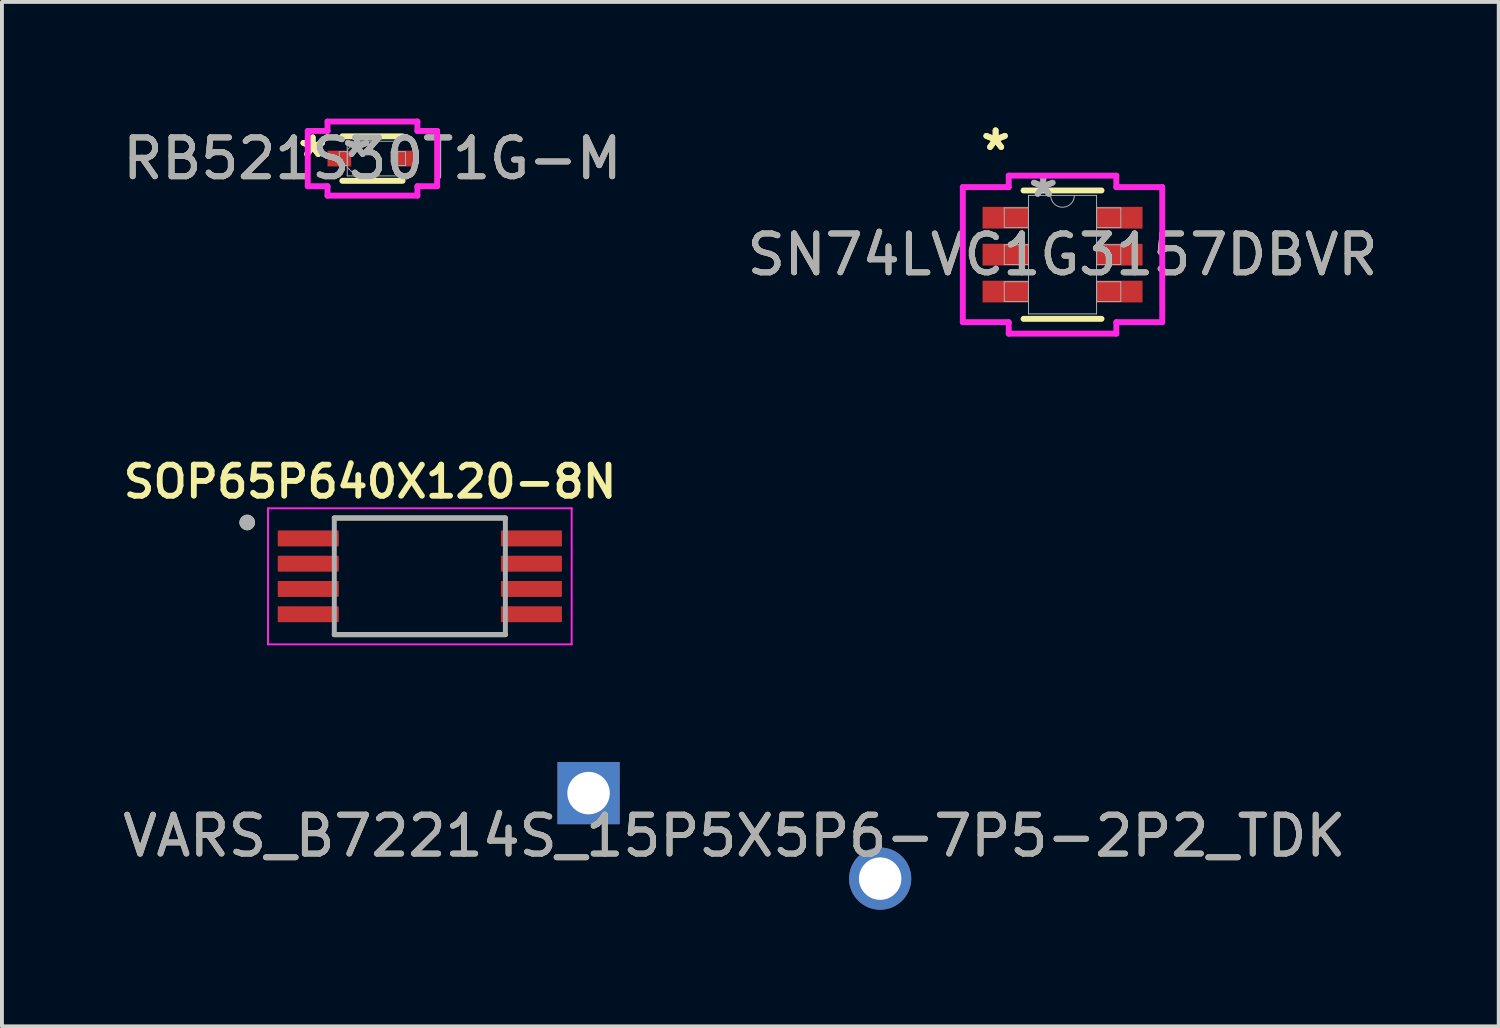
<source format=kicad_pcb>
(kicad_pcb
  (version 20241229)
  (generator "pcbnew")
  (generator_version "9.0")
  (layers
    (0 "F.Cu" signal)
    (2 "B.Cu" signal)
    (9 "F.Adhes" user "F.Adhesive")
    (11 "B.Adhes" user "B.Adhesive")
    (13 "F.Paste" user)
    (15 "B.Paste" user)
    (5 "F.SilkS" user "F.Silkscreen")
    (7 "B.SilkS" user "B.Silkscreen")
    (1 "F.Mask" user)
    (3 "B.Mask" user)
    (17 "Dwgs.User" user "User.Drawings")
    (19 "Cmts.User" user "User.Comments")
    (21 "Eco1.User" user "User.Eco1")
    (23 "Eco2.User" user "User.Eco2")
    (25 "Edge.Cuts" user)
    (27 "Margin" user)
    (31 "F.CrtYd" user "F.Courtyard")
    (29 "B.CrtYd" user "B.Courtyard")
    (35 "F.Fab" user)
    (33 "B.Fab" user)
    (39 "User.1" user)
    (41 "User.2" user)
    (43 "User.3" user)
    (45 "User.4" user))
  (footprint "VARS_B72214S_15P5X5P6-7P5-2P2_TDK"
    (layer "F.Cu")
    (at 15.839 18.45)
    (property "Reference" "VARS_B72214S_15P5X5P6-7P5-2P2_TDK" (at 0 0 0) (unlocked yes) (layer "F.SilkS") (effects (font (size 1 1) (thickness 0.15))))
    (attr through_hole)
    (fp_text user "${REFERENCE}" (at 0 0 0) (unlocked yes) (layer "F.Fab") (effects (font (size 1 1) (thickness 0.15))))
    (pad "1" thru_hole rect (at -3.75 -1.1) (size 1.6 1.6) (drill 1.092) (layers "*.Cu" "*.Mask"))
    (pad "2" thru_hole circle (at 3.75 1.1) (size 1.6 1.6) (drill 1.092) (layers "*.Cu" "*.Mask")))
  (footprint "RB521S30T1G-M"
    (layer "F.Cu")
    (at 6.53 1.029)
    (property "Reference" "RB521S30T1G-M" (at 0 0 0) (unlocked yes) (layer "F.SilkS") (effects (font (size 1 1) (thickness 0.15))))
    (attr smd)
    (fp_line (start -0.775 0.572) (end 0.775 0.572) (stroke (width 0.152) (type solid)) (layer "F.SilkS"))
    (fp_line (start 0.775 -0.572) (end -0.775 -0.572) (stroke (width 0.152) (type solid)) (layer "F.SilkS"))
    (fp_line (start -1.664 -0.711) (end -1.156 -0.711) (stroke (width 0.152) (type solid)) (layer "F.CrtYd"))
    (fp_line (start -1.664 0.711) (end -1.664 -0.711) (stroke (width 0.152) (type solid)) (layer "F.CrtYd"))
    (fp_line (start -1.156 -0.953) (end 1.156 -0.953) (stroke (width 0.152) (type solid)) (layer "F.CrtYd"))
    (fp_line (start -1.156 -0.711) (end -1.156 -0.953) (stroke (width 0.152) (type solid)) (layer "F.CrtYd"))
    (fp_line (start -1.156 0.711) (end -1.664 0.711) (stroke (width 0.152) (type solid)) (layer "F.CrtYd"))
    (fp_line (start -1.156 0.953) (end -1.156 0.711) (stroke (width 0.152) (type solid)) (layer "F.CrtYd"))
    (fp_line (start 1.156 -0.953) (end 1.156 -0.711) (stroke (width 0.152) (type solid)) (layer "F.CrtYd"))
    (fp_line (start 1.156 -0.711) (end 1.664 -0.711) (stroke (width 0.152) (type solid)) (layer "F.CrtYd"))
    (fp_line (start 1.156 0.711) (end 1.156 0.953) (stroke (width 0.152) (type solid)) (layer "F.CrtYd"))
    (fp_line (start 1.156 0.953) (end -1.156 0.953) (stroke (width 0.152) (type solid)) (layer "F.CrtYd"))
    (fp_line (start 1.664 -0.711) (end 1.664 0.711) (stroke (width 0.152) (type solid)) (layer "F.CrtYd"))
    (fp_line (start 1.664 0.711) (end 1.156 0.711) (stroke (width 0.152) (type solid)) (layer "F.CrtYd"))
    (fp_line (start -0.851 -0.178) (end -0.851 0.178) (stroke (width 0.025) (type solid)) (layer "F.Fab"))
    (fp_line (start -0.851 0.178) (end -0.648 0.178) (stroke (width 0.025) (type solid)) (layer "F.Fab"))
    (fp_line (start -0.648 -0.445) (end -0.648 0.445) (stroke (width 0.025) (type solid)) (layer "F.Fab"))
    (fp_line (start -0.648 -0.222) (end -0.425 -0.445) (stroke (width 0.025) (type solid)) (layer "F.Fab"))
    (fp_line (start -0.648 -0.178) (end -0.851 -0.178) (stroke (width 0.025) (type solid)) (layer "F.Fab"))
    (fp_line (start -0.648 0.178) (end -0.648 -0.178) (stroke (width 0.025) (type solid)) (layer "F.Fab"))
    (fp_line (start -0.648 0.222) (end -0.425 0.445) (stroke (width 0.025) (type solid)) (layer "F.Fab"))
    (fp_line (start -0.648 0.445) (end 0.648 0.445) (stroke (width 0.025) (type solid)) (layer "F.Fab"))
    (fp_line (start 0.648 -0.445) (end -0.648 -0.445) (stroke (width 0.025) (type solid)) (layer "F.Fab"))
    (fp_line (start 0.648 -0.178) (end 0.648 0.178) (stroke (width 0.025) (type solid)) (layer "F.Fab"))
    (fp_line (start 0.648 0.178) (end 0.851 0.178) (stroke (width 0.025) (type solid)) (layer "F.Fab"))
    (fp_line (start 0.648 0.445) (end 0.648 -0.445) (stroke (width 0.025) (type solid)) (layer "F.Fab"))
    (fp_line (start 0.851 -0.178) (end 0.648 -0.178) (stroke (width 0.025) (type solid)) (layer "F.Fab"))
    (fp_line (start 0.851 0.178) (end 0.851 -0.178) (stroke (width 0.025) (type solid)) (layer "F.Fab"))
    (fp_text user "*" (at -1.537 0 0) (unlocked yes) (layer "F.SilkS") (effects (font (size 1 1) (thickness 0.15))))
    (fp_text user "*" (at -1.537 0 0) (layer "F.SilkS") (effects (font (size 1 1) (thickness 0.15))))
    (fp_text user "${REFERENCE}" (at 0 0 0) (unlocked yes) (layer "F.Fab") (effects (font (size 1 1) (thickness 0.15))))
    (fp_text user "*" (at -0.394 0 0) (unlocked yes) (layer "F.Fab") (effects (font (size 1 1) (thickness 0.15))))
    (fp_text user "*" (at -0.394 0 0) (layer "F.Fab") (effects (font (size 1 1) (thickness 0.15))))
    (pad "1" smd rect (at -0.851 0) (size 0.61 0.406) (layers "F.Cu" "F.Mask" "F.Paste"))
    (pad "2" smd rect (at 0.851 0) (size 0.61 0.406) (layers "F.Cu" "F.Mask" "F.Paste"))
    (zone (net_name "") (layer "F.Cu") (hatch full 0.508) (connect_pads) (min_thickness 0.254) (filled_areas_thickness no) (keepout (tracks not_allowed) (vias not_allowed) (pads allowed) (copperpour not_allowed) (footprints allowed)) (placement (enabled no)) (fill) (polygon (pts (xy 6.034 0.635) (xy 7.025 0.635) (xy 7.025 1.422) (xy 6.034 1.422)))))
  (footprint "SN74LVC1G3157DBVR"
    (layer "F.Cu")
    (at 24.28 3.5)
    (property "Reference" "SN74LVC1G3157DBVR" (at 0 0 0) (unlocked yes) (layer "F.SilkS") (effects (font (size 1 1) (thickness 0.15))))
    (attr smd)
    (fp_line (start -1.003 1.651) (end 1.003 1.651) (stroke (width 0.152) (type solid)) (layer "F.SilkS"))
    (fp_line (start 1.003 -1.651) (end -1.003 -1.651) (stroke (width 0.152) (type solid)) (layer "F.SilkS"))
    (fp_line (start -2.565 -1.737) (end -1.384 -1.737) (stroke (width 0.152) (type solid)) (layer "F.CrtYd"))
    (fp_line (start -2.565 1.737) (end -2.565 -1.737) (stroke (width 0.152) (type solid)) (layer "F.CrtYd"))
    (fp_line (start -2.565 1.737) (end -1.384 1.737) (stroke (width 0.152) (type solid)) (layer "F.CrtYd"))
    (fp_line (start -1.384 -2.032) (end 1.384 -2.032) (stroke (width 0.152) (type solid)) (layer "F.CrtYd"))
    (fp_line (start -1.384 -1.737) (end -1.384 -2.032) (stroke (width 0.152) (type solid)) (layer "F.CrtYd"))
    (fp_line (start -1.384 2.032) (end -1.384 1.737) (stroke (width 0.152) (type solid)) (layer "F.CrtYd"))
    (fp_line (start 1.384 -2.032) (end 1.384 -1.737) (stroke (width 0.152) (type solid)) (layer "F.CrtYd"))
    (fp_line (start 1.384 1.737) (end 1.384 2.032) (stroke (width 0.152) (type solid)) (layer "F.CrtYd"))
    (fp_line (start 1.384 2.032) (end -1.384 2.032) (stroke (width 0.152) (type solid)) (layer "F.CrtYd"))
    (fp_line (start 2.565 -1.737) (end 1.384 -1.737) (stroke (width 0.152) (type solid)) (layer "F.CrtYd"))
    (fp_line (start 2.565 -1.737) (end 2.565 1.737) (stroke (width 0.152) (type solid)) (layer "F.CrtYd"))
    (fp_line (start 2.565 1.737) (end 1.384 1.737) (stroke (width 0.152) (type solid)) (layer "F.CrtYd"))
    (fp_line (start -1.499 -1.204) (end -1.499 -0.696) (stroke (width 0.025) (type solid)) (layer "F.Fab"))
    (fp_line (start -1.499 -0.696) (end -0.876 -0.696) (stroke (width 0.025) (type solid)) (layer "F.Fab"))
    (fp_line (start -1.499 -0.254) (end -1.499 0.254) (stroke (width 0.025) (type solid)) (layer "F.Fab"))
    (fp_line (start -1.499 0.254) (end -0.876 0.254) (stroke (width 0.025) (type solid)) (layer "F.Fab"))
    (fp_line (start -1.499 0.696) (end -1.499 1.204) (stroke (width 0.025) (type solid)) (layer "F.Fab"))
    (fp_line (start -1.499 1.204) (end -0.876 1.204) (stroke (width 0.025) (type solid)) (layer "F.Fab"))
    (fp_line (start -0.876 -1.524) (end -0.876 1.524) (stroke (width 0.025) (type solid)) (layer "F.Fab"))
    (fp_line (start -0.876 -1.204) (end -1.499 -1.204) (stroke (width 0.025) (type solid)) (layer "F.Fab"))
    (fp_line (start -0.876 -0.696) (end -0.876 -1.204) (stroke (width 0.025) (type solid)) (layer "F.Fab"))
    (fp_line (start -0.876 -0.254) (end -1.499 -0.254) (stroke (width 0.025) (type solid)) (layer "F.Fab"))
    (fp_line (start -0.876 0.254) (end -0.876 -0.254) (stroke (width 0.025) (type solid)) (layer "F.Fab"))
    (fp_line (start -0.876 0.696) (end -1.499 0.696) (stroke (width 0.025) (type solid)) (layer "F.Fab"))
    (fp_line (start -0.876 1.204) (end -0.876 0.696) (stroke (width 0.025) (type solid)) (layer "F.Fab"))
    (fp_line (start -0.876 1.524) (end 0.876 1.524) (stroke (width 0.025) (type solid)) (layer "F.Fab"))
    (fp_line (start 0.876 -1.524) (end -0.876 -1.524) (stroke (width 0.025) (type solid)) (layer "F.Fab"))
    (fp_line (start 0.876 -1.204) (end 0.876 -0.696) (stroke (width 0.025) (type solid)) (layer "F.Fab"))
    (fp_line (start 0.876 -0.696) (end 1.499 -0.696) (stroke (width 0.025) (type solid)) (layer "F.Fab"))
    (fp_line (start 0.876 -0.254) (end 0.876 0.254) (stroke (width 0.025) (type solid)) (layer "F.Fab"))
    (fp_line (start 0.876 0.254) (end 1.499 0.254) (stroke (width 0.025) (type solid)) (layer "F.Fab"))
    (fp_line (start 0.876 0.696) (end 0.876 1.204) (stroke (width 0.025) (type solid)) (layer "F.Fab"))
    (fp_line (start 0.876 1.204) (end 1.499 1.204) (stroke (width 0.025) (type solid)) (layer "F.Fab"))
    (fp_line (start 0.876 1.524) (end 0.876 -1.524) (stroke (width 0.025) (type solid)) (layer "F.Fab"))
    (fp_line (start 1.499 -1.204) (end 0.876 -1.204) (stroke (width 0.025) (type solid)) (layer "F.Fab"))
    (fp_line (start 1.499 -0.696) (end 1.499 -1.204) (stroke (width 0.025) (type solid)) (layer "F.Fab"))
    (fp_line (start 1.499 -0.254) (end 0.876 -0.254) (stroke (width 0.025) (type solid)) (layer "F.Fab"))
    (fp_line (start 1.499 0.254) (end 1.499 -0.254) (stroke (width 0.025) (type solid)) (layer "F.Fab"))
    (fp_line (start 1.499 0.696) (end 0.876 0.696) (stroke (width 0.025) (type solid)) (layer "F.Fab"))
    (fp_line (start 1.499 1.204) (end 1.499 0.696) (stroke (width 0.025) (type solid)) (layer "F.Fab"))
    (fp_arc (start 0.3048 -1.524) (mid 0 -1.2192) (end -0.3048 -1.524) (stroke (width 0.0254) (type solid)) (layer "F.Fab"))
    (fp_text user "*" (at -1.721 -2.652 0) (layer "F.SilkS") (effects (font (size 1 1) (thickness 0.15))))
    (fp_text user "*" (at -1.721 -2.652 0) (unlocked yes) (layer "F.SilkS") (effects (font (size 1 1) (thickness 0.15))))
    (fp_text user "*" (at -0.495 -1.448 0) (layer "F.Fab") (effects (font (size 1 1) (thickness 0.15))))
    (fp_text user "${REFERENCE}" (at 0 0 0) (unlocked yes) (layer "F.Fab") (effects (font (size 1 1) (thickness 0.15))))
    (fp_text user "*" (at -0.495 -1.448 0) (unlocked yes) (layer "F.Fab") (effects (font (size 1 1) (thickness 0.15))))
    (pad "1" smd rect (at -1.467 -0.95) (size 1.181 0.559) (layers "F.Cu" "F.Mask" "F.Paste"))
    (pad "2" smd rect (at -1.467 0) (size 1.181 0.559) (layers "F.Cu" "F.Mask" "F.Paste"))
    (pad "3" smd rect (at -1.467 0.95) (size 1.181 0.559) (layers "F.Cu" "F.Mask" "F.Paste"))
    (pad "4" smd rect (at 1.467 0.95) (size 1.181 0.559) (layers "F.Cu" "F.Mask" "F.Paste"))
    (pad "5" smd rect (at 1.467 0) (size 1.181 0.559) (layers "F.Cu" "F.Mask" "F.Paste"))
    (pad "6" smd rect (at 1.467 -0.95) (size 1.181 0.559) (layers "F.Cu" "F.Mask" "F.Paste")))
  (footprint "SOP65P640X120-8N"
    (layer "F.Cu")
    (at 7.749 11.774)
    (property "Reference" "SOP65P640X120-8N" (at -1.28 -2.435 0) (layer "F.SilkS") (effects (font (size 0.8 0.8) (thickness 0.15))))
    (attr smd)
    (fp_line (start -2.2 -1.5) (end 2.2 -1.5) (stroke (width 0.127) (type solid)) (layer "F.SilkS"))
    (fp_line (start -2.2 1.5) (end 2.2 1.5) (stroke (width 0.127) (type solid)) (layer "F.SilkS"))
    (fp_circle (center -4.44 -1.385) (end -4.34 -1.385) (stroke (width 0.2) (type solid)) (fill no) (layer "F.SilkS"))
    (fp_line (start -3.905 -1.75) (end -3.905 1.75) (stroke (width 0.05) (type solid)) (layer "F.CrtYd"))
    (fp_line (start -3.905 -1.75) (end 3.905 -1.75) (stroke (width 0.05) (type solid)) (layer "F.CrtYd"))
    (fp_line (start -3.905 1.75) (end 3.905 1.75) (stroke (width 0.05) (type solid)) (layer "F.CrtYd"))
    (fp_line (start 3.905 -1.75) (end 3.905 1.75) (stroke (width 0.05) (type solid)) (layer "F.CrtYd"))
    (fp_line (start -2.2 -1.5) (end -2.2 1.5) (stroke (width 0.127) (type solid)) (layer "F.Fab"))
    (fp_line (start -2.2 -1.5) (end 2.2 -1.5) (stroke (width 0.127) (type solid)) (layer "F.Fab"))
    (fp_line (start -2.2 1.5) (end 2.2 1.5) (stroke (width 0.127) (type solid)) (layer "F.Fab"))
    (fp_line (start 2.2 -1.5) (end 2.2 1.5) (stroke (width 0.127) (type solid)) (layer "F.Fab"))
    (fp_circle (center -4.44 -1.385) (end -4.34 -1.385) (stroke (width 0.2) (type solid)) (fill no) (layer "F.Fab"))
    (pad "1" smd roundrect (at -2.87 -0.975) (size 1.57 0.41) (layers "F.Cu" "F.Mask" "F.Paste") (roundrect_rratio 0.05))
    (pad "2" smd roundrect (at -2.87 -0.325) (size 1.57 0.41) (layers "F.Cu" "F.Mask" "F.Paste") (roundrect_rratio 0.05))
    (pad "3" smd roundrect (at -2.87 0.325) (size 1.57 0.41) (layers "F.Cu" "F.Mask" "F.Paste") (roundrect_rratio 0.05))
    (pad "4" smd roundrect (at -2.87 0.975) (size 1.57 0.41) (layers "F.Cu" "F.Mask" "F.Paste") (roundrect_rratio 0.05))
    (pad "5" smd roundrect (at 2.87 0.975) (size 1.57 0.41) (layers "F.Cu" "F.Mask" "F.Paste") (roundrect_rratio 0.05))
    (pad "6" smd roundrect (at 2.87 0.325) (size 1.57 0.41) (layers "F.Cu" "F.Mask" "F.Paste") (roundrect_rratio 0.05))
    (pad "7" smd roundrect (at 2.87 -0.325) (size 1.57 0.41) (layers "F.Cu" "F.Mask" "F.Paste") (roundrect_rratio 0.05))
    (pad "8" smd roundrect (at 2.87 -0.975) (size 1.57 0.41) (layers "F.Cu" "F.Mask" "F.Paste") (roundrect_rratio 0.05)))
  (gr_rect
    (start -3 -3)
    (end 35.5 23.35)
    (stroke (width 0.1) (type default))
    (fill no)
    (layer "Edge.Cuts")))
</source>
